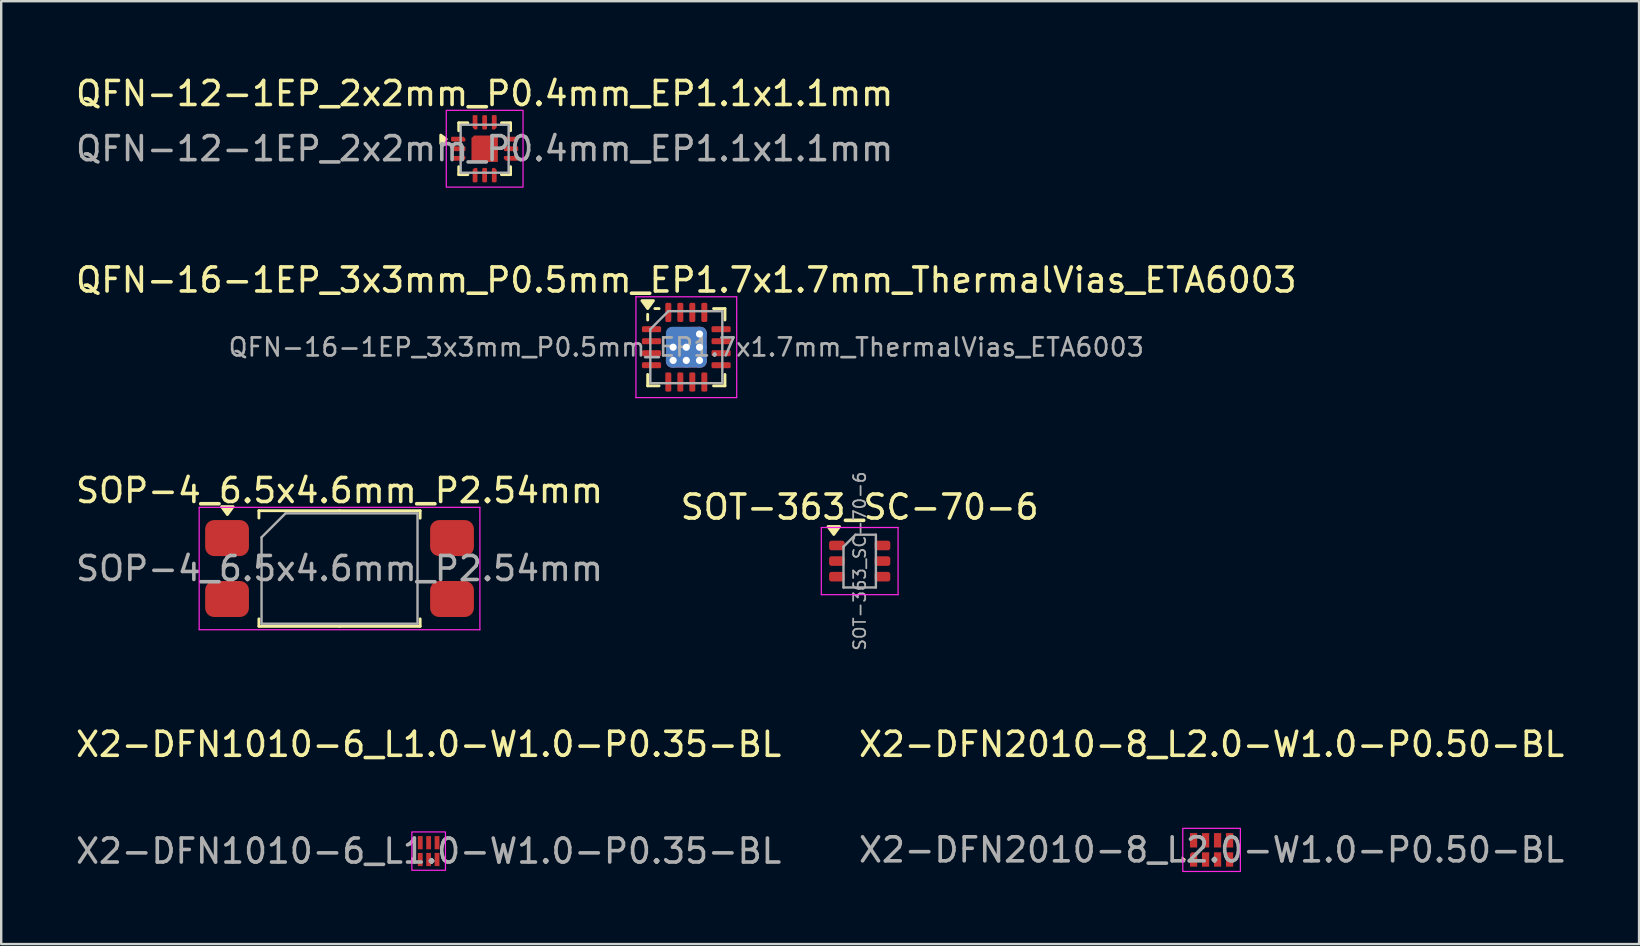
<source format=kicad_pcb>
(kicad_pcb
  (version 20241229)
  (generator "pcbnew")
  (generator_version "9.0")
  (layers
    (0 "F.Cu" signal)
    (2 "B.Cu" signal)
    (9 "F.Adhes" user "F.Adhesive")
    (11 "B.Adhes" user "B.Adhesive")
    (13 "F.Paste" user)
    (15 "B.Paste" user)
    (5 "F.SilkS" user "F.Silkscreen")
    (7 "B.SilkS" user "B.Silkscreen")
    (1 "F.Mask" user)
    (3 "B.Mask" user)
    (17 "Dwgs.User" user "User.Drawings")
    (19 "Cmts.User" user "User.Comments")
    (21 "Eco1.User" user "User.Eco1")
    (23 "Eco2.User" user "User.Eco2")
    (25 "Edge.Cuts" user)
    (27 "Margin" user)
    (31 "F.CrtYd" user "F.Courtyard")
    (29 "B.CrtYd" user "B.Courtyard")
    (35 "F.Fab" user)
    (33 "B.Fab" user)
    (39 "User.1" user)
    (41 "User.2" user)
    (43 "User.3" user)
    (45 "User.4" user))
  (footprint "X2-DFN1010-6_L1.0-W1.0-P0.35-BL"
    (layer "F.Cu")
    (at 14.815 32.422)
    (property "Reference" "X2-DFN1010-6_L1.0-W1.0-P0.35-BL" (at 0 -4.45 0) (layer "F.SilkS") (effects (font (size 1 1) (thickness 0.15))))
    (attr smd)
    (fp_poly (pts (xy -0.6 0.35) (xy -0.7 0.275) (xy -0.7 0.425)) (stroke (width 0.05) (type solid)) (fill yes) (layer "F.SilkS"))
    (fp_rect (start -0.7 -0.8) (end 0.7 0.8) (stroke (width 0.05) (type default)) (fill no) (layer "F.CrtYd"))
    (fp_text user "${REFERENCE}" (at 0 0 0) (layer "F.Fab") (effects (font (size 1 1) (thickness 0.15))))
    (pad "1" smd rect (at -0.35 0.35 180) (size 0.2 0.55) (layers "F.Cu" "F.Mask" "F.Paste"))
    (pad "2" smd rect (at 0 0.35 180) (size 0.2 0.55) (layers "F.Cu" "F.Mask" "F.Paste"))
    (pad "3" smd rect (at 0.35 0.35 180) (size 0.2 0.55) (layers "F.Cu" "F.Mask" "F.Paste"))
    (pad "4" smd rect (at 0.35 -0.35 180) (size 0.2 0.55) (layers "F.Cu" "F.Mask" "F.Paste"))
    (pad "5" smd rect (at 0 -0.35 180) (size 0.2 0.55) (layers "F.Cu" "F.Mask" "F.Paste"))
    (pad "6" smd rect (at -0.35 -0.35 180) (size 0.2 0.55) (layers "F.Cu" "F.Mask" "F.Paste")))
  (footprint "X2-DFN2010-8_L2.0-W1.0-P0.50-BL"
    (layer "F.Cu")
    (at 47.446 32.372)
    (property "Reference" "X2-DFN2010-8_L2.0-W1.0-P0.50-BL" (at 0 -4.4 0) (layer "F.SilkS") (effects (font (size 1 1) (thickness 0.15))))
    (attr smd)
    (fp_poly (pts (xy -1.1 0.4) (xy -1.225 0.3) (xy -1.225 0.5)) (stroke (width 0.05) (type solid)) (fill yes) (layer "F.SilkS"))
    (fp_rect (start -1.2 -0.9) (end 1.2 0.9) (stroke (width 0.05) (type default)) (fill no) (layer "F.CrtYd"))
    (fp_text user "${REFERENCE}" (at 0 0 0) (layer "F.Fab") (effects (font (size 1 1) (thickness 0.15))))
    (pad "1" smd roundrect (at -0.75 0.4) (size 0.3 0.6) (layers "F.Cu" "F.Mask" "F.Paste") (roundrect_rratio 0) (chamfer_ratio 0.25) (chamfer top_left))
    (pad "2" smd rect (at -0.25 0.4) (size 0.3 0.6) (layers "F.Cu" "F.Mask" "F.Paste"))
    (pad "3" smd rect (at 0.25 0.4) (size 0.3 0.6) (layers "F.Cu" "F.Mask" "F.Paste"))
    (pad "4" smd rect (at 0.75 0.4) (size 0.3 0.6) (layers "F.Cu" "F.Mask" "F.Paste"))
    (pad "5" smd rect (at 0.75 -0.4) (size 0.3 0.6) (layers "F.Cu" "F.Mask" "F.Paste"))
    (pad "6" smd rect (at 0.25 -0.4) (size 0.3 0.6) (layers "F.Cu" "F.Mask" "F.Paste"))
    (pad "7" smd rect (at -0.25 -0.4) (size 0.3 0.6) (layers "F.Cu" "F.Mask" "F.Paste"))
    (pad "8" smd rect (at -0.75 -0.4) (size 0.3 0.6) (layers "F.Cu" "F.Mask" "F.Paste")))
  (footprint "QFN-16-1EP_3x3mm_P0.5mm_EP1.7x1.7mm_ThermalVias_ETA6003"
    (layer "F.Cu")
    (at 25.554 11.421)
    (property "Reference" "QFN-16-1EP_3x3mm_P0.5mm_EP1.7x1.7mm_ThermalVias_ETA6003" (at 0 -2.8 0) (layer "F.SilkS") (effects (font (size 1 1) (thickness 0.15))))
    (attr smd)
    (fp_line (start -1.61 -1.135) (end -1.61 -1.37) (stroke (width 0.12) (type solid)) (layer "F.SilkS"))
    (fp_line (start -1.61 1.61) (end -1.61 1.135) (stroke (width 0.12) (type solid)) (layer "F.SilkS"))
    (fp_line (start -1.135 -1.61) (end -1.31 -1.61) (stroke (width 0.12) (type solid)) (layer "F.SilkS"))
    (fp_line (start -1.135 1.61) (end -1.61 1.61) (stroke (width 0.12) (type solid)) (layer "F.SilkS"))
    (fp_line (start 1.135 -1.61) (end 1.61 -1.61) (stroke (width 0.12) (type solid)) (layer "F.SilkS"))
    (fp_line (start 1.135 1.61) (end 1.61 1.61) (stroke (width 0.12) (type solid)) (layer "F.SilkS"))
    (fp_line (start 1.61 -1.61) (end 1.61 -1.135) (stroke (width 0.12) (type solid)) (layer "F.SilkS"))
    (fp_line (start 1.61 1.61) (end 1.61 1.135) (stroke (width 0.12) (type solid)) (layer "F.SilkS"))
    (fp_poly (pts (xy -1.61 -1.61) (xy -1.85 -1.94) (xy -1.37 -1.94) (xy -1.61 -1.61)) (stroke (width 0.12) (type solid)) (fill yes) (layer "F.SilkS"))
    (fp_line (start -2.1 -2.1) (end -2.1 2.1) (stroke (width 0.05) (type solid)) (layer "F.CrtYd"))
    (fp_line (start -2.1 2.1) (end 2.1 2.1) (stroke (width 0.05) (type solid)) (layer "F.CrtYd"))
    (fp_line (start 2.1 -2.1) (end -2.1 -2.1) (stroke (width 0.05) (type solid)) (layer "F.CrtYd"))
    (fp_line (start 2.1 2.1) (end 2.1 -2.1) (stroke (width 0.05) (type solid)) (layer "F.CrtYd"))
    (fp_line (start -1.5 -0.75) (end -0.75 -1.5) (stroke (width 0.1) (type solid)) (layer "F.Fab"))
    (fp_line (start -1.5 1.5) (end -1.5 -0.75) (stroke (width 0.1) (type solid)) (layer "F.Fab"))
    (fp_line (start -0.75 -1.5) (end 1.5 -1.5) (stroke (width 0.1) (type solid)) (layer "F.Fab"))
    (fp_line (start 1.5 -1.5) (end 1.5 1.5) (stroke (width 0.1) (type solid)) (layer "F.Fab"))
    (fp_line (start 1.5 1.5) (end -1.5 1.5) (stroke (width 0.1) (type solid)) (layer "F.Fab"))
    (fp_text user "${REFERENCE}" (at 0 0 0) (layer "F.Fab") (effects (font (size 0.75 0.75) (thickness 0.11))))
    (pad "1" smd roundrect (at -1.45 -0.75) (size 0.8 0.25) (layers "F.Cu" "F.Mask" "F.Paste") (roundrect_rratio 0.25))
    (pad "2" smd roundrect (at -1.45 -0.25) (size 0.8 0.25) (layers "F.Cu" "F.Mask" "F.Paste") (roundrect_rratio 0.25))
    (pad "3" smd roundrect (at -1.45 0.25) (size 0.8 0.25) (layers "F.Cu" "F.Mask" "F.Paste") (roundrect_rratio 0.25))
    (pad "4" smd roundrect (at -1.45 0.75) (size 0.8 0.25) (layers "F.Cu" "F.Mask" "F.Paste") (roundrect_rratio 0.25))
    (pad "5" smd roundrect (at -0.75 1.45) (size 0.25 0.8) (layers "F.Cu" "F.Mask" "F.Paste") (roundrect_rratio 0.25))
    (pad "6" smd roundrect (at -0.25 1.45) (size 0.25 0.8) (layers "F.Cu" "F.Mask" "F.Paste") (roundrect_rratio 0.25))
    (pad "7" smd roundrect (at 0.25 1.45) (size 0.25 0.8) (layers "F.Cu" "F.Mask" "F.Paste") (roundrect_rratio 0.25))
    (pad "8" smd roundrect (at 0.75 1.45) (size 0.25 0.8) (layers "F.Cu" "F.Mask" "F.Paste") (roundrect_rratio 0.25))
    (pad "9" smd roundrect (at 1.45 0.75) (size 0.8 0.25) (layers "F.Cu" "F.Mask" "F.Paste") (roundrect_rratio 0.25))
    (pad "10" smd roundrect (at 1.45 0.25) (size 0.8 0.25) (layers "F.Cu" "F.Mask" "F.Paste") (roundrect_rratio 0.25))
    (pad "11" smd roundrect (at 1.45 -0.25) (size 0.8 0.25) (layers "F.Cu" "F.Mask" "F.Paste") (roundrect_rratio 0.25))
    (pad "12" smd roundrect (at 1.45 -0.75) (size 0.8 0.25) (layers "F.Cu" "F.Mask" "F.Paste") (roundrect_rratio 0.25))
    (pad "13" smd roundrect (at 0.75 -1.45) (size 0.25 0.8) (layers "F.Cu" "F.Mask" "F.Paste") (roundrect_rratio 0.25))
    (pad "14" smd roundrect (at 0.25 -1.45) (size 0.25 0.8) (layers "F.Cu" "F.Mask" "F.Paste") (roundrect_rratio 0.25))
    (pad "15" smd roundrect (at -0.25 -1.45) (size 0.25 0.8) (layers "F.Cu" "F.Mask" "F.Paste") (roundrect_rratio 0.25))
    (pad "16" smd roundrect (at -0.75 -1.45) (size 0.25 0.8) (layers "F.Cu" "F.Mask" "F.Paste") (roundrect_rratio 0.25))
    (pad "17" thru_hole circle (at -0.55 0) (size 0.6 0.6) (drill 0.3) (layers "*.Cu"))
    (pad "17" thru_hole circle (at -0.55 0.55) (size 0.6 0.6) (drill 0.3) (layers "*.Cu"))
    (pad "17" smd custom (at 0 0) (size 0.5 0.5) (layers "F.Cu" "F.Mask") (options (anchor circle)) (primitives (gr_poly (pts (xy -0.6 0.85) (xy -0.85 0.6) (xy -0.85 -0.1) (xy -0.6 -0.35) (xy -0.35 -0.35) (xy 0.15 -0.85) (xy 0.6 -0.85) (xy 0.85 -0.6) (xy 0.85 0.6) (xy 0.6 0.85)) (width 0) (fill yes)) (gr_circle (center 0.6 -0.6) (end 0.85 -0.6) (width 0) (fill yes)) (gr_circle (center 0.6 0.6) (end 0.85 0.6) (width 0) (fill yes)) (gr_circle (center -0.6 0.6) (end -0.35 0.6) (width 0) (fill yes)) (gr_circle (center -0.6 -0.1) (end -0.35 -0.1) (width 0) (fill yes))))
    (pad "17" thru_hole circle (at 0 0) (size 0.6 0.6) (drill 0.3) (layers "*.Cu"))
    (pad "17" smd roundrect (at 0 0) (size 1.7 1.7) (layers "B.Cu") (roundrect_rratio 0.147))
    (pad "17" thru_hole circle (at 0 0.55) (size 0.6 0.6) (drill 0.3) (layers "*.Cu"))
    (pad "17" thru_hole circle (at 0.55 -0.55) (size 0.6 0.6) (drill 0.3) (layers "*.Cu"))
    (pad "17" thru_hole circle (at 0.55 0) (size 0.6 0.6) (drill 0.3) (layers "*.Cu"))
    (pad "17" thru_hole circle (at 0.55 0.55) (size 0.6 0.6) (drill 0.3) (layers "*.Cu"))
    (zone (net_name "") (layer "F.Cu") (hatch edge 0.1) (connect_pads) (min_thickness 0.25) (filled_areas_thickness no) (keepout (tracks not_allowed) (vias allowed) (pads allowed) (copperpour not_allowed) (footprints allowed)) (placement (enabled no)) (fill) (polygon (pts (xy 24.504 11.822) (xy 26.604 11.817) (xy 26.604 12.467) (xy 24.504 12.472)))))
  (footprint "SOP-4_6.5x4.6mm_P2.54mm"
    (layer "F.Cu")
    (at 11.101 20.645)
    (property "Reference" "SOP-4_6.5x4.6mm_P2.54mm" (at 0 -3.25 0) (layer "F.SilkS") (effects (font (size 1 1) (thickness 0.15))))
    (attr smd)
    (fp_line (start -3.36 -2.41) (end -3.36 -2.105) (stroke (width 0.12) (type solid)) (layer "F.SilkS"))
    (fp_line (start -3.36 2.402) (end -3.36 2.098) (stroke (width 0.12) (type solid)) (layer "F.SilkS"))
    (fp_line (start 0 -2.41) (end -3.36 -2.41) (stroke (width 0.12) (type solid)) (layer "F.SilkS"))
    (fp_line (start 0 -2.41) (end 3.36 -2.41) (stroke (width 0.12) (type solid)) (layer "F.SilkS"))
    (fp_line (start 0 2.41) (end -3.36 2.41) (stroke (width 0.12) (type solid)) (layer "F.SilkS"))
    (fp_line (start 0 2.41) (end 3.36 2.41) (stroke (width 0.12) (type solid)) (layer "F.SilkS"))
    (fp_line (start 3.36 -2.402) (end 3.36 -2.098) (stroke (width 0.12) (type solid)) (layer "F.SilkS"))
    (fp_line (start 3.36 2.402) (end 3.36 2.098) (stroke (width 0.12) (type solid)) (layer "F.SilkS"))
    (fp_poly (pts (xy -4.675 -2.25) (xy -4.915 -2.58) (xy -4.435 -2.58) (xy -4.675 -2.25)) (stroke (width 0.12) (type solid)) (fill yes) (layer "F.SilkS"))
    (fp_line (start -5.85 -2.55) (end -5.85 2.55) (stroke (width 0.05) (type solid)) (layer "F.CrtYd"))
    (fp_line (start -5.85 2.55) (end 5.85 2.55) (stroke (width 0.05) (type solid)) (layer "F.CrtYd"))
    (fp_line (start 5.85 -2.55) (end -5.85 -2.55) (stroke (width 0.05) (type solid)) (layer "F.CrtYd"))
    (fp_line (start 5.85 2.55) (end 5.85 -2.55) (stroke (width 0.05) (type solid)) (layer "F.CrtYd"))
    (fp_line (start -3.25 -1.3) (end -2.25 -2.3) (stroke (width 0.1) (type solid)) (layer "F.Fab"))
    (fp_line (start -3.25 2.3) (end -3.25 -1.3) (stroke (width 0.1) (type solid)) (layer "F.Fab"))
    (fp_line (start -2.25 -2.3) (end 3.25 -2.3) (stroke (width 0.1) (type solid)) (layer "F.Fab"))
    (fp_line (start 3.25 -2.3) (end 3.25 2.3) (stroke (width 0.1) (type solid)) (layer "F.Fab"))
    (fp_line (start 3.25 2.3) (end -3.25 2.3) (stroke (width 0.1) (type solid)) (layer "F.Fab"))
    (fp_text user "${REFERENCE}" (at 0 0 0) (layer "F.Fab") (effects (font (size 1 1) (thickness 0.15))))
    (pad "1" smd roundrect (at -4.688 -1.27) (size 1.825 1.5) (layers "F.Cu" "F.Mask" "F.Paste") (roundrect_rratio 0.25))
    (pad "2" smd roundrect (at -4.688 1.27) (size 1.825 1.5) (layers "F.Cu" "F.Mask" "F.Paste") (roundrect_rratio 0.25))
    (pad "3" smd roundrect (at 4.688 1.27) (size 1.825 1.5) (layers "F.Cu" "F.Mask" "F.Paste") (roundrect_rratio 0.25))
    (pad "4" smd roundrect (at 4.688 -1.27) (size 1.825 1.5) (layers "F.Cu" "F.Mask" "F.Paste") (roundrect_rratio 0.25)))
  (footprint "SOT-363_SC-70-6"
    (layer "F.Cu")
    (at 32.78 20.335)
    (property "Reference" "SOT-363_SC-70-6" (at 0 -2.25 0) (layer "F.SilkS") (effects (font (size 1 1) (thickness 0.15))))
    (attr smd)
    (fp_poly (pts (xy -1.08 -1.11) (xy -1.32 -1.44) (xy -0.84 -1.44) (xy -1.08 -1.11)) (stroke (width 0.12) (type solid)) (fill yes) (layer "F.SilkS"))
    (fp_line (start -1.6 -1.4) (end -1.6 1.4) (stroke (width 0.05) (type solid)) (layer "F.CrtYd"))
    (fp_line (start -1.6 -1.4) (end 1.6 -1.4) (stroke (width 0.05) (type solid)) (layer "F.CrtYd"))
    (fp_line (start -1.6 1.4) (end 1.6 1.4) (stroke (width 0.05) (type solid)) (layer "F.CrtYd"))
    (fp_line (start 1.6 1.4) (end 1.6 -1.4) (stroke (width 0.05) (type solid)) (layer "F.CrtYd"))
    (fp_line (start -0.675 -0.6) (end -0.675 1.1) (stroke (width 0.1) (type solid)) (layer "F.Fab"))
    (fp_line (start -0.175 -1.1) (end -0.675 -0.6) (stroke (width 0.1) (type solid)) (layer "F.Fab"))
    (fp_line (start 0.675 -1.1) (end -0.175 -1.1) (stroke (width 0.1) (type solid)) (layer "F.Fab"))
    (fp_line (start 0.675 -1.1) (end 0.675 1.1) (stroke (width 0.1) (type solid)) (layer "F.Fab"))
    (fp_line (start 0.675 1.1) (end -0.675 1.1) (stroke (width 0.1) (type solid)) (layer "F.Fab"))
    (fp_text user "${REFERENCE}" (at 0 0 90) (layer "F.Fab") (effects (font (size 0.5 0.5) (thickness 0.075))))
    (pad "1" smd roundrect (at -0.95 -0.65) (size 0.65 0.4) (layers "F.Cu" "F.Mask" "F.Paste") (roundrect_rratio 0.25))
    (pad "2" smd roundrect (at -0.95 0) (size 0.65 0.4) (layers "F.Cu" "F.Mask" "F.Paste") (roundrect_rratio 0.25))
    (pad "3" smd roundrect (at -0.95 0.65) (size 0.65 0.4) (layers "F.Cu" "F.Mask" "F.Paste") (roundrect_rratio 0.25))
    (pad "4" smd roundrect (at 0.95 0.65) (size 0.65 0.4) (layers "F.Cu" "F.Mask" "F.Paste") (roundrect_rratio 0.25))
    (pad "5" smd roundrect (at 0.95 0) (size 0.65 0.4) (layers "F.Cu" "F.Mask" "F.Paste") (roundrect_rratio 0.25))
    (pad "6" smd roundrect (at 0.95 -0.65) (size 0.65 0.4) (layers "F.Cu" "F.Mask" "F.Paste") (roundrect_rratio 0.25)))
  (footprint "QFN-12-1EP_2x2mm_P0.4mm_EP1.1x1.1mm"
    (layer "F.Cu")
    (at 17.149 3.148)
    (property "Reference" "QFN-12-1EP_2x2mm_P0.4mm_EP1.1x1.1mm" (at 0 -2.3 0) (layer "F.SilkS") (effects (font (size 1 1) (thickness 0.15))))
    (attr smd)
    (fp_line (start -1.08 -1.08) (end -0.7 -1.08) (stroke (width 0.12) (type solid)) (layer "F.SilkS"))
    (fp_line (start -1.08 -0.75) (end -1.08 -1.08) (stroke (width 0.12) (type solid)) (layer "F.SilkS"))
    (fp_line (start -1.08 0.75) (end -1.08 1.08) (stroke (width 0.12) (type solid)) (layer "F.SilkS"))
    (fp_line (start -1.08 1.08) (end -0.7 1.08) (stroke (width 0.12) (type solid)) (layer "F.SilkS"))
    (fp_line (start 1.08 -1.08) (end 0.7 -1.08) (stroke (width 0.12) (type solid)) (layer "F.SilkS"))
    (fp_line (start 1.08 -0.75) (end 1.08 -1.08) (stroke (width 0.12) (type solid)) (layer "F.SilkS"))
    (fp_line (start 1.08 0.75) (end 1.08 1.08) (stroke (width 0.12) (type solid)) (layer "F.SilkS"))
    (fp_line (start 1.08 1.08) (end 0.7 1.08) (stroke (width 0.12) (type solid)) (layer "F.SilkS"))
    (fp_poly (pts (xy -1.6 -0.4) (xy -1.83 -0.217) (xy -1.83 -0.567) (xy -1.6 -0.4)) (stroke (width 0.12) (type solid)) (fill yes) (layer "F.SilkS"))
    (fp_rect (start -1.6 -1.6) (end 1.6 1.6) (stroke (width 0.05) (type default)) (fill no) (layer "F.CrtYd"))
    (fp_rect (start -1 -1) (end 1 1) (stroke (width 0.1) (type default)) (fill no) (layer "F.Fab"))
    (fp_circle (center -1 1) (end -0.97 1) (stroke (width 0.06) (type solid)) (fill no) (layer "F.Fab"))
    (fp_text user "${REFERENCE}" (at 0 0 0) (layer "F.Fab") (effects (font (size 1 1) (thickness 0.15))))
    (pad "" smd roundrect (at -0.25 -0.25) (size 0.35 0.35) (layers "F.Paste") (roundrect_rratio 0.25))
    (pad "" smd roundrect (at -0.25 0.25) (size 0.35 0.35) (layers "F.Paste") (roundrect_rratio 0.25))
    (pad "" smd roundrect (at 0.25 -0.25) (size 0.35 0.35) (layers "F.Paste") (roundrect_rratio 0.25))
    (pad "" smd roundrect (at 0.25 0.25) (size 0.35 0.35) (layers "F.Paste") (roundrect_rratio 0.25))
    (pad "1" smd roundrect (at -1.1 -0.4) (size 0.6 0.2) (layers "F.Cu" "F.Mask" "F.Paste") (roundrect_rratio 0.25) (chamfer_ratio 0.4) (chamfer top_right))
    (pad "2" smd roundrect (at -1.1 0) (size 0.6 0.2) (layers "F.Cu" "F.Mask" "F.Paste") (roundrect_rratio 0.25))
    (pad "3" smd roundrect (at -1.1 0.4) (size 0.6 0.2) (layers "F.Cu" "F.Mask" "F.Paste") (roundrect_rratio 0.25) (chamfer_ratio 0.4) (chamfer bottom_right))
    (pad "4" smd roundrect (at -0.4 1.1) (size 0.2 0.6) (layers "F.Cu" "F.Mask" "F.Paste") (roundrect_rratio 0.25) (chamfer_ratio 0.4) (chamfer top_left))
    (pad "5" smd roundrect (at 0 1.1) (size 0.2 0.6) (layers "F.Cu" "F.Mask" "F.Paste") (roundrect_rratio 0.25))
    (pad "6" smd roundrect (at 0.4 1.1) (size 0.2 0.6) (layers "F.Cu" "F.Mask" "F.Paste") (roundrect_rratio 0.25) (chamfer_ratio 0.4) (chamfer top_right))
    (pad "7" smd roundrect (at 1.1 0.4) (size 0.6 0.2) (layers "F.Cu" "F.Mask" "F.Paste") (roundrect_rratio 0.25) (chamfer_ratio 0.4) (chamfer bottom_left))
    (pad "8" smd roundrect (at 1.1 0) (size 0.6 0.2) (layers "F.Cu" "F.Mask" "F.Paste") (roundrect_rratio 0.25))
    (pad "9" smd roundrect (at 1.1 -0.4) (size 0.6 0.2) (layers "F.Cu" "F.Mask" "F.Paste") (roundrect_rratio 0.25) (chamfer_ratio 0.4) (chamfer top_left))
    (pad "10" smd roundrect (at 0.4 -1.1) (size 0.2 0.6) (layers "F.Cu" "F.Mask" "F.Paste") (roundrect_rratio 0.2) (chamfer_ratio 0.4) (chamfer bottom_right))
    (pad "11" smd roundrect (at 0 -1.1) (size 0.2 0.6) (layers "F.Cu" "F.Mask" "F.Paste") (roundrect_rratio 0.25))
    (pad "12" smd roundrect (at -0.4 -1.1) (size 0.2 0.6) (layers "F.Cu" "F.Mask" "F.Paste") (roundrect_rratio 0.2) (chamfer_ratio 0.4) (chamfer bottom_left))
    (pad "13" smd roundrect (at 0 0) (size 1.1 1.1) (layers "F.Cu" "F.Mask") (roundrect_rratio 0) (chamfer_ratio 0.1) (chamfer top_left)))
  (gr_rect
    (start -3 -3)
    (end 65.262 36.297)
    (stroke (width 0.1) (type default))
    (fill no)
    (layer "Edge.Cuts")))
</source>
